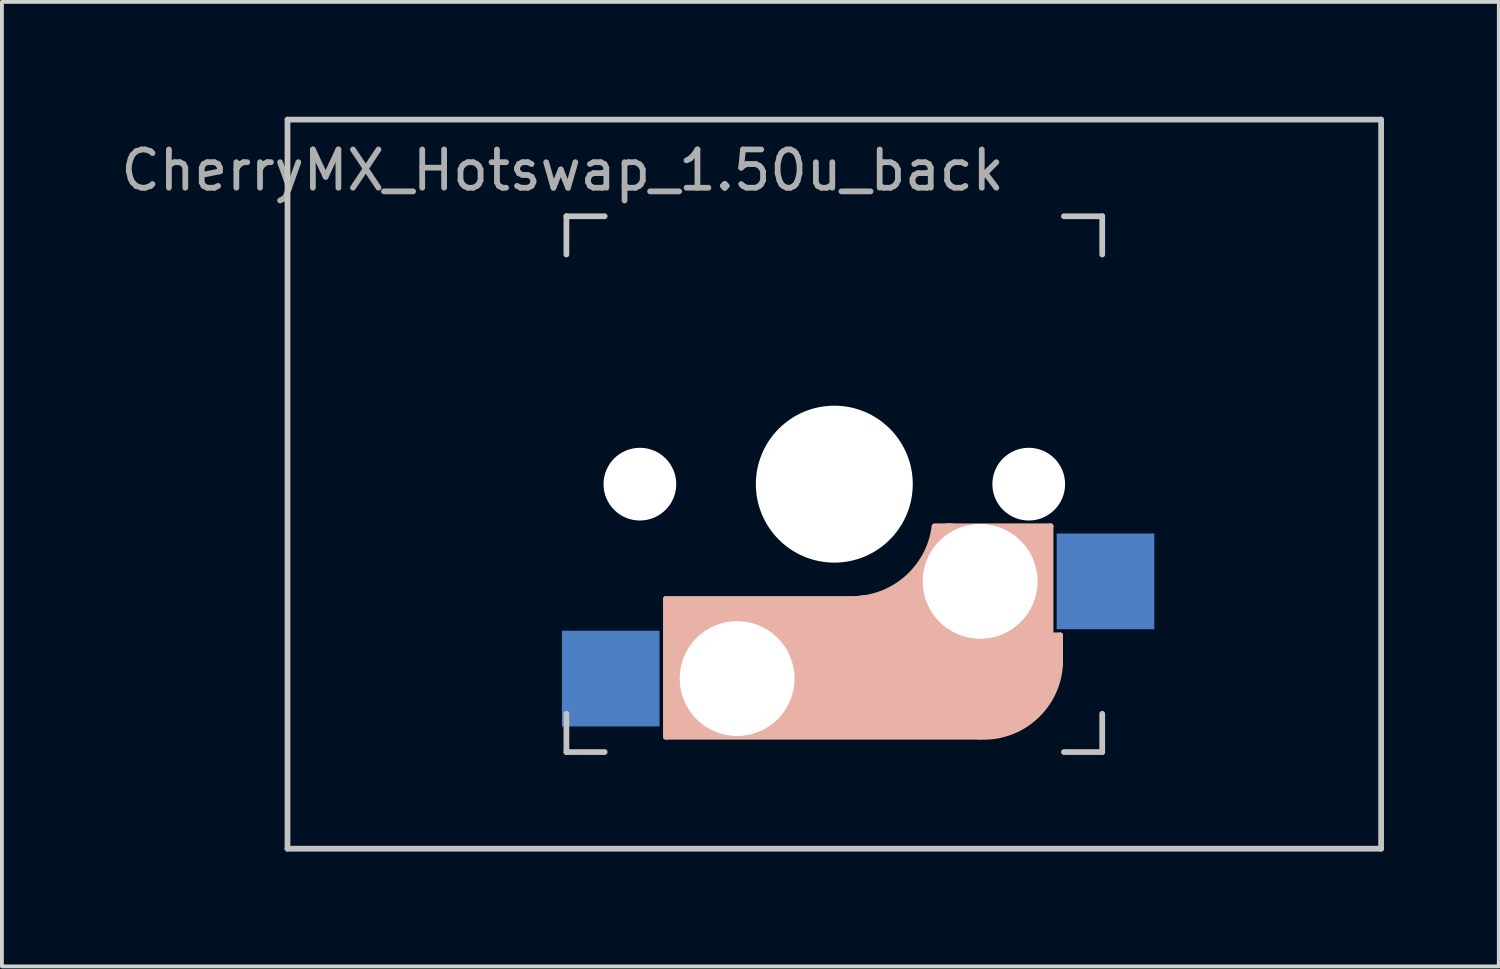
<source format=kicad_pcb>
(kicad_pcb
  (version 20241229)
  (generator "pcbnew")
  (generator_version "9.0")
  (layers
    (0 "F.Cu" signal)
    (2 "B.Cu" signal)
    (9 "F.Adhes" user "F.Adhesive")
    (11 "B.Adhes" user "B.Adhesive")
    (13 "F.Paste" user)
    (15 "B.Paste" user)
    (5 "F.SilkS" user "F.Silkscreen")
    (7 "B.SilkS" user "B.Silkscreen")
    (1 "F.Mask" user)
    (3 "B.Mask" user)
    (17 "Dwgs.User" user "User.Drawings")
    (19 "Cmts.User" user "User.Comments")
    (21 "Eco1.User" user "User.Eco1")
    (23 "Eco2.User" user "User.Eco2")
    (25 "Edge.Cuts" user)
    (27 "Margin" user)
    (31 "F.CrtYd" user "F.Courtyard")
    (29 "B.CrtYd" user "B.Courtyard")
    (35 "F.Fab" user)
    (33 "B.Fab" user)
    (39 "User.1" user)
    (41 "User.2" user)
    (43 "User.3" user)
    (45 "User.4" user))
  (footprint "CherryMX_Hotswap_1.50u_back"
    (layer "F.Cu")
    (at 18.749 9.6)
    (property "Reference" "CherryMX_Hotswap_1.50u_back" (at -7.1 -8.2 180) (layer "F.Fab") (effects (font (size 1 1) (thickness 0.15))))
    (attr through_hole)
    (fp_line (start -4.4 3) (end -4.4 6.6) (stroke (width 0.15) (type solid)) (layer "B.SilkS"))
    (fp_line (start -4.4 6.6) (end 3.8 6.6) (stroke (width 0.15) (type solid)) (layer "B.SilkS"))
    (fp_line (start -4.38 4) (end -4.38 6.25) (stroke (width 0.15) (type solid)) (layer "B.SilkS"))
    (fp_line (start -4.25 6.4) (end -3 6.4) (stroke (width 0.4) (type solid)) (layer "B.SilkS"))
    (fp_line (start -4.2 3.25) (end -2.9 3.3) (stroke (width 0.5) (type solid)) (layer "B.SilkS"))
    (fp_line (start -3.9 6) (end -3.9 3.5) (stroke (width 1) (type solid)) (layer "B.SilkS"))
    (fp_line (start -2.6 4.8) (end 4.1 4.8) (stroke (width 3.5) (type solid)) (layer "B.SilkS"))
    (fp_line (start 0.4 3) (end -4.4 3) (stroke (width 0.15) (type solid)) (layer "B.SilkS"))
    (fp_line (start 4.17 5.1) (end 4.17 2.86) (stroke (width 3) (type solid)) (layer "B.SilkS"))
    (fp_line (start 5.3 1.6) (end 5.3 3.4) (stroke (width 0.8) (type solid)) (layer "B.SilkS"))
    (fp_line (start 5.45 1.3) (end 3 1.3) (stroke (width 0.5) (type solid)) (layer "B.SilkS"))
    (fp_line (start 5.65 1.1) (end 2.62 1.1) (stroke (width 0.15) (type solid)) (layer "B.SilkS"))
    (fp_line (start 5.65 5.55) (end 5.65 1.1) (stroke (width 0.15) (type solid)) (layer "B.SilkS"))
    (fp_line (start 5.8 4.05) (end 5.8 4.7) (stroke (width 0.3) (type solid)) (layer "B.SilkS"))
    (fp_line (start 5.9 3.95) (end 5.7 3.95) (stroke (width 0.15) (type solid)) (layer "B.SilkS"))
    (fp_line (start 5.9 4.7) (end 5.9 3.95) (stroke (width 0.15) (type solid)) (layer "B.SilkS"))
    (fp_arc (start 2.616318 1.121471) (mid 1.868709 2.486118) (end 0.4 3) (stroke (width 0.15) (type solid)) (layer "B.SilkS"))
    (fp_arc (start 3.016318 1.521471) (mid 2.268709 2.886118) (end 0.8 3.4) (stroke (width 1) (type solid)) (layer "B.SilkS"))
    (fp_arc (start 5.9 4.699999) (mid 5.243504 6.084924) (end 3.800001 6.6) (stroke (width 0.15) (type solid)) (layer "B.SilkS"))
    (fp_line (start -14.287 -9.525) (end 14.287 -9.525) (stroke (width 0.15) (type solid)) (layer "Dwgs.User"))
    (fp_line (start -14.287 9.525) (end -14.287 -9.525) (stroke (width 0.15) (type solid)) (layer "Dwgs.User"))
    (fp_line (start -7 -7) (end -7 -6) (stroke (width 0.15) (type solid)) (layer "Dwgs.User"))
    (fp_line (start -7 7) (end -7 6) (stroke (width 0.15) (type solid)) (layer "Dwgs.User"))
    (fp_line (start -7 7) (end -6 7) (stroke (width 0.15) (type solid)) (layer "Dwgs.User"))
    (fp_line (start -6 -7) (end -7 -7) (stroke (width 0.15) (type solid)) (layer "Dwgs.User"))
    (fp_line (start 7 -7) (end 6 -7) (stroke (width 0.15) (type solid)) (layer "Dwgs.User"))
    (fp_line (start 7 -6) (end 7 -7) (stroke (width 0.15) (type solid)) (layer "Dwgs.User"))
    (fp_line (start 7 6) (end 7 7) (stroke (width 0.15) (type solid)) (layer "Dwgs.User"))
    (fp_line (start 7 7) (end 6 7) (stroke (width 0.15) (type solid)) (layer "Dwgs.User"))
    (fp_line (start 14.287 -9.525) (end 14.287 9.525) (stroke (width 0.15) (type solid)) (layer "Dwgs.User"))
    (fp_line (start 14.287 9.525) (end -14.287 9.525) (stroke (width 0.15) (type solid)) (layer "Dwgs.User"))
    (pad "" np_thru_hole circle (at -5.08 0 180) (size 1.9 1.9) (drill 1.9) (layers "*.Cu" "*.Mask"))
    (pad "" np_thru_hole circle (at -2.54 5.08 180) (size 3 3) (drill 3) (layers "*.Cu" "*.Mask"))
    (pad "" np_thru_hole circle (at 0 0 270) (size 4.1 4.1) (drill 4.1) (layers "*.Cu" "*.Mask"))
    (pad "" np_thru_hole circle (at 3.81 2.54 180) (size 3 3) (drill 3) (layers "*.Cu" "*.Mask"))
    (pad "" np_thru_hole circle (at 5.08 0 180) (size 1.9 1.9) (drill 1.9) (layers "*.Cu" "*.Mask"))
    (pad "1" smd rect (at 7.085 2.54) (size 2.55 2.5) (layers "B.Cu" "B.Mask" "B.Paste"))
    (pad "2" smd rect (at -5.842 5.08) (size 2.55 2.5) (layers "B.Cu" "B.Mask" "B.Paste")))
  (gr_rect
    (start -3 -3)
    (end 36.111 22.2)
    (stroke (width 0.1) (type default))
    (fill no)
    (layer "Edge.Cuts")))
</source>
